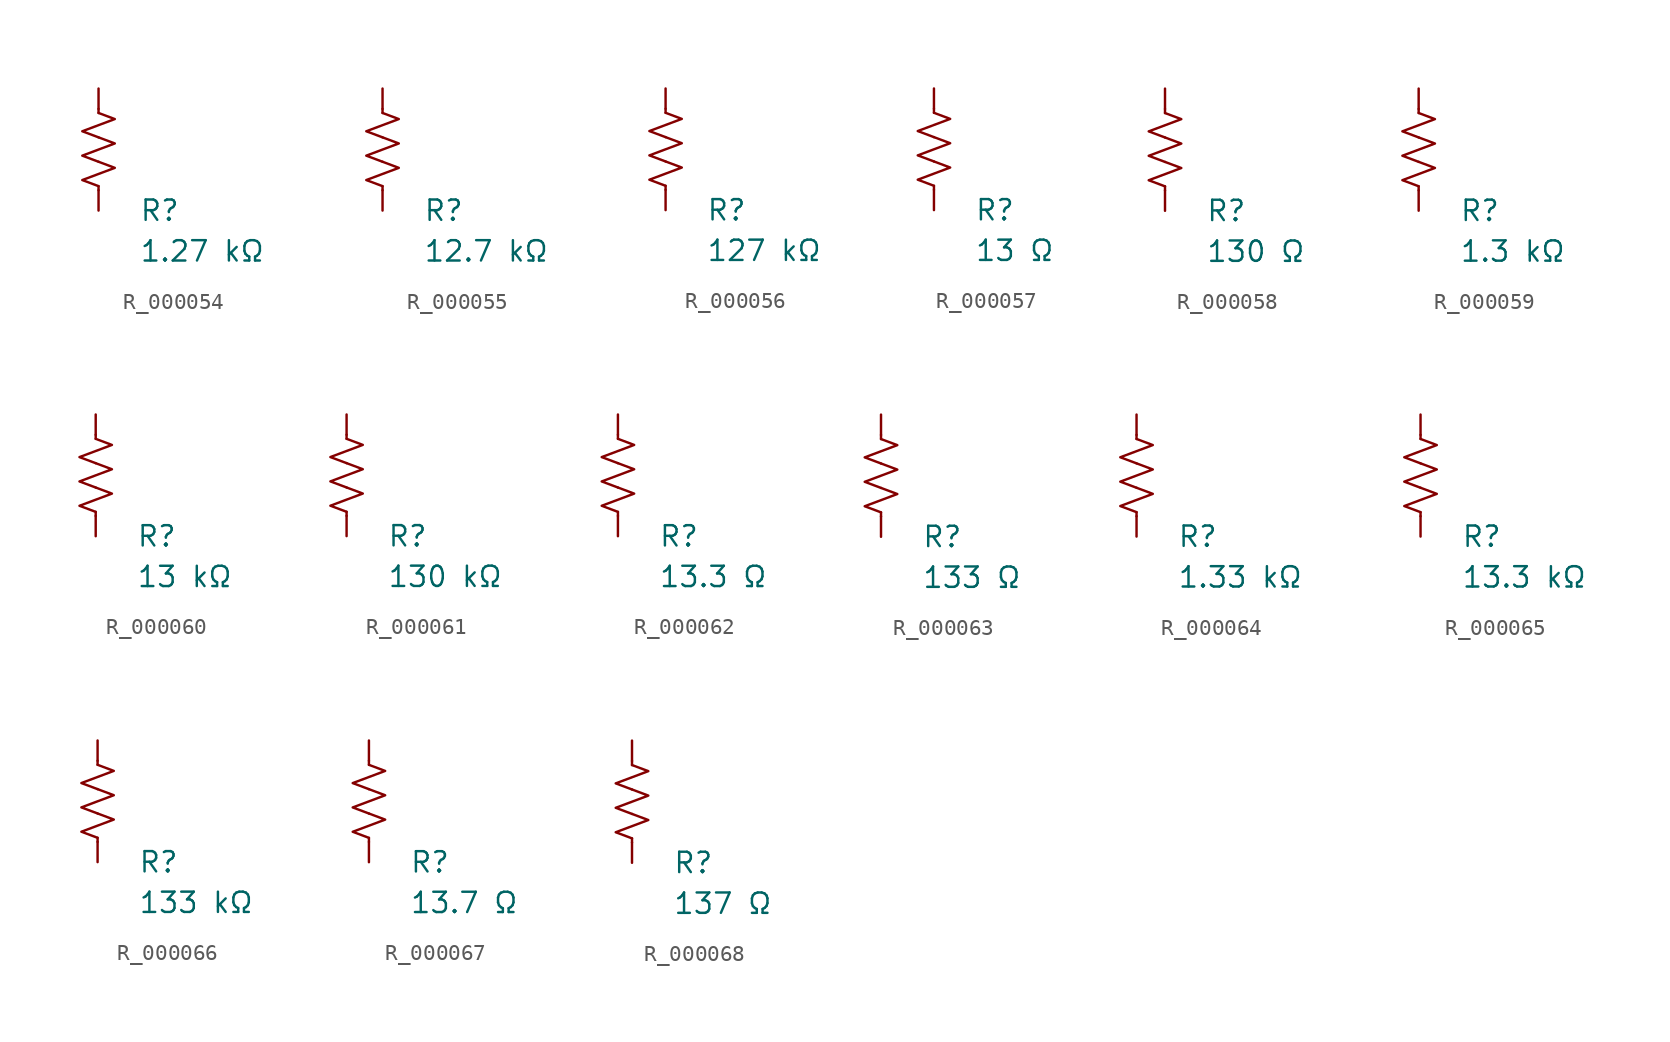
<source format=kicad_sym>
(kicad_symbol_lib
  (version 20231120)
  (generator "kicad_symbol_editor")
  (generator_version "8.0")
  (symbol "R_000054"
    (pin_numbers hide)
    (pin_names
      (offset 0))
    (property "Reference" "R"
      (at 2.54 -3.81 0)
      (effects (font (size 1.27 1.27)) (justify left))
      (show_name no))
    (property "Value" "1.27 kΩ"
      (at 2.54 -6.35 0)
      (effects (font (size 1.27 1.27)) (justify left))
      (show_name no))
    (symbol "R_000054_0_1"
      (polyline (pts (xy 0 -2.286) (xy 0 -2.54)) (stroke (width 0) (type default)) (fill (type none)))
      (polyline (pts (xy 0 2.286) (xy 0 2.54)) (stroke (width 0) (type default)) (fill (type none)))
      (polyline (pts (xy 0 -0.762) (xy 1.016 -1.143) (xy 0 -1.524) (xy -1.016 -1.905) (xy 0 -2.286)) (stroke (width 0) (type default)) (fill (type none)))
      (polyline (pts (xy 0 0.762) (xy 1.016 0.381) (xy 0 0) (xy -1.016 -0.381) (xy 0 -0.762)) (stroke (width 0) (type default)) (fill (type none)))
      (polyline (pts (xy 0 2.286) (xy 1.016 1.905) (xy 0 1.524) (xy -1.016 1.143) (xy 0 0.762)) (stroke (width 0) (type default)) (fill (type none))))
    (symbol "R_000054_1_1"
      (pin passive line (at 0 3.81 270) (length 1.27) (name "~" (effects (font (size 1.27 1.27)))) (number "1" (effects (font (size 1.27 1.27)))))
      (pin passive line (at 0 -3.81 90) (length 1.27) (name "~" (effects (font (size 1.27 1.27)))) (number "2" (effects (font (size 1.27 1.27)))))))
  (symbol "R_000055"
    (pin_numbers hide)
    (pin_names
      (offset 0))
    (property "Reference" "R"
      (at 2.54 -3.81 0)
      (effects (font (size 1.27 1.27)) (justify left))
      (show_name no))
    (property "Value" "12.7 kΩ"
      (at 2.54 -6.35 0)
      (effects (font (size 1.27 1.27)) (justify left))
      (show_name no))
    (symbol "R_000055_0_1"
      (polyline (pts (xy 0 -2.286) (xy 0 -2.54)) (stroke (width 0) (type default)) (fill (type none)))
      (polyline (pts (xy 0 2.286) (xy 0 2.54)) (stroke (width 0) (type default)) (fill (type none)))
      (polyline (pts (xy 0 -0.762) (xy 1.016 -1.143) (xy 0 -1.524) (xy -1.016 -1.905) (xy 0 -2.286)) (stroke (width 0) (type default)) (fill (type none)))
      (polyline (pts (xy 0 0.762) (xy 1.016 0.381) (xy 0 0) (xy -1.016 -0.381) (xy 0 -0.762)) (stroke (width 0) (type default)) (fill (type none)))
      (polyline (pts (xy 0 2.286) (xy 1.016 1.905) (xy 0 1.524) (xy -1.016 1.143) (xy 0 0.762)) (stroke (width 0) (type default)) (fill (type none))))
    (symbol "R_000055_1_1"
      (pin passive line (at 0 3.81 270) (length 1.27) (name "~" (effects (font (size 1.27 1.27)))) (number "1" (effects (font (size 1.27 1.27)))))
      (pin passive line (at 0 -3.81 90) (length 1.27) (name "~" (effects (font (size 1.27 1.27)))) (number "2" (effects (font (size 1.27 1.27)))))))
  (symbol "R_000056"
    (pin_numbers hide)
    (pin_names
      (offset 0))
    (property "Reference" "R"
      (at 2.54 -3.81 0)
      (effects (font (size 1.27 1.27)) (justify left))
      (show_name no))
    (property "Value" "127 kΩ"
      (at 2.54 -6.35 0)
      (effects (font (size 1.27 1.27)) (justify left))
      (show_name no))
    (symbol "R_000056_0_1"
      (polyline (pts (xy 0 -2.286) (xy 0 -2.54)) (stroke (width 0) (type default)) (fill (type none)))
      (polyline (pts (xy 0 2.286) (xy 0 2.54)) (stroke (width 0) (type default)) (fill (type none)))
      (polyline (pts (xy 0 -0.762) (xy 1.016 -1.143) (xy 0 -1.524) (xy -1.016 -1.905) (xy 0 -2.286)) (stroke (width 0) (type default)) (fill (type none)))
      (polyline (pts (xy 0 0.762) (xy 1.016 0.381) (xy 0 0) (xy -1.016 -0.381) (xy 0 -0.762)) (stroke (width 0) (type default)) (fill (type none)))
      (polyline (pts (xy 0 2.286) (xy 1.016 1.905) (xy 0 1.524) (xy -1.016 1.143) (xy 0 0.762)) (stroke (width 0) (type default)) (fill (type none))))
    (symbol "R_000056_1_1"
      (pin passive line (at 0 3.81 270) (length 1.27) (name "~" (effects (font (size 1.27 1.27)))) (number "1" (effects (font (size 1.27 1.27)))))
      (pin passive line (at 0 -3.81 90) (length 1.27) (name "~" (effects (font (size 1.27 1.27)))) (number "2" (effects (font (size 1.27 1.27)))))))
  (symbol "R_000057"
    (pin_numbers hide)
    (pin_names
      (offset 0))
    (property "Reference" "R"
      (at 2.54 -3.81 0)
      (effects (font (size 1.27 1.27)) (justify left))
      (show_name no))
    (property "Value" "13 Ω"
      (at 2.54 -6.35 0)
      (effects (font (size 1.27 1.27)) (justify left))
      (show_name no))
    (symbol "R_000057_0_1"
      (polyline (pts (xy 0 -2.286) (xy 0 -2.54)) (stroke (width 0) (type default)) (fill (type none)))
      (polyline (pts (xy 0 2.286) (xy 0 2.54)) (stroke (width 0) (type default)) (fill (type none)))
      (polyline (pts (xy 0 -0.762) (xy 1.016 -1.143) (xy 0 -1.524) (xy -1.016 -1.905) (xy 0 -2.286)) (stroke (width 0) (type default)) (fill (type none)))
      (polyline (pts (xy 0 0.762) (xy 1.016 0.381) (xy 0 0) (xy -1.016 -0.381) (xy 0 -0.762)) (stroke (width 0) (type default)) (fill (type none)))
      (polyline (pts (xy 0 2.286) (xy 1.016 1.905) (xy 0 1.524) (xy -1.016 1.143) (xy 0 0.762)) (stroke (width 0) (type default)) (fill (type none))))
    (symbol "R_000057_1_1"
      (pin passive line (at 0 3.81 270) (length 1.27) (name "~" (effects (font (size 1.27 1.27)))) (number "1" (effects (font (size 1.27 1.27)))))
      (pin passive line (at 0 -3.81 90) (length 1.27) (name "~" (effects (font (size 1.27 1.27)))) (number "2" (effects (font (size 1.27 1.27)))))))
  (symbol "R_000058"
    (pin_numbers hide)
    (pin_names
      (offset 0))
    (property "Reference" "R"
      (at 2.54 -3.81 0)
      (effects (font (size 1.27 1.27)) (justify left))
      (show_name no))
    (property "Value" "130 Ω"
      (at 2.54 -6.35 0)
      (effects (font (size 1.27 1.27)) (justify left))
      (show_name no))
    (symbol "R_000058_0_1"
      (polyline (pts (xy 0 -2.286) (xy 0 -2.54)) (stroke (width 0) (type default)) (fill (type none)))
      (polyline (pts (xy 0 2.286) (xy 0 2.54)) (stroke (width 0) (type default)) (fill (type none)))
      (polyline (pts (xy 0 -0.762) (xy 1.016 -1.143) (xy 0 -1.524) (xy -1.016 -1.905) (xy 0 -2.286)) (stroke (width 0) (type default)) (fill (type none)))
      (polyline (pts (xy 0 0.762) (xy 1.016 0.381) (xy 0 0) (xy -1.016 -0.381) (xy 0 -0.762)) (stroke (width 0) (type default)) (fill (type none)))
      (polyline (pts (xy 0 2.286) (xy 1.016 1.905) (xy 0 1.524) (xy -1.016 1.143) (xy 0 0.762)) (stroke (width 0) (type default)) (fill (type none))))
    (symbol "R_000058_1_1"
      (pin passive line (at 0 3.81 270) (length 1.27) (name "~" (effects (font (size 1.27 1.27)))) (number "1" (effects (font (size 1.27 1.27)))))
      (pin passive line (at 0 -3.81 90) (length 1.27) (name "~" (effects (font (size 1.27 1.27)))) (number "2" (effects (font (size 1.27 1.27)))))))
  (symbol "R_000059"
    (pin_numbers hide)
    (pin_names
      (offset 0))
    (property "Reference" "R"
      (at 2.54 -3.81 0)
      (effects (font (size 1.27 1.27)) (justify left))
      (show_name no))
    (property "Value" "1.3 kΩ"
      (at 2.54 -6.35 0)
      (effects (font (size 1.27 1.27)) (justify left))
      (show_name no))
    (symbol "R_000059_0_1"
      (polyline (pts (xy 0 -2.286) (xy 0 -2.54)) (stroke (width 0) (type default)) (fill (type none)))
      (polyline (pts (xy 0 2.286) (xy 0 2.54)) (stroke (width 0) (type default)) (fill (type none)))
      (polyline (pts (xy 0 -0.762) (xy 1.016 -1.143) (xy 0 -1.524) (xy -1.016 -1.905) (xy 0 -2.286)) (stroke (width 0) (type default)) (fill (type none)))
      (polyline (pts (xy 0 0.762) (xy 1.016 0.381) (xy 0 0) (xy -1.016 -0.381) (xy 0 -0.762)) (stroke (width 0) (type default)) (fill (type none)))
      (polyline (pts (xy 0 2.286) (xy 1.016 1.905) (xy 0 1.524) (xy -1.016 1.143) (xy 0 0.762)) (stroke (width 0) (type default)) (fill (type none))))
    (symbol "R_000059_1_1"
      (pin passive line (at 0 3.81 270) (length 1.27) (name "~" (effects (font (size 1.27 1.27)))) (number "1" (effects (font (size 1.27 1.27)))))
      (pin passive line (at 0 -3.81 90) (length 1.27) (name "~" (effects (font (size 1.27 1.27)))) (number "2" (effects (font (size 1.27 1.27)))))))
  (symbol "R_000060"
    (pin_numbers hide)
    (pin_names
      (offset 0))
    (property "Reference" "R"
      (at 2.54 -3.81 0)
      (effects (font (size 1.27 1.27)) (justify left))
      (show_name no))
    (property "Value" "13 kΩ"
      (at 2.54 -6.35 0)
      (effects (font (size 1.27 1.27)) (justify left))
      (show_name no))
    (symbol "R_000060_0_1"
      (polyline (pts (xy 0 -2.286) (xy 0 -2.54)) (stroke (width 0) (type default)) (fill (type none)))
      (polyline (pts (xy 0 2.286) (xy 0 2.54)) (stroke (width 0) (type default)) (fill (type none)))
      (polyline (pts (xy 0 -0.762) (xy 1.016 -1.143) (xy 0 -1.524) (xy -1.016 -1.905) (xy 0 -2.286)) (stroke (width 0) (type default)) (fill (type none)))
      (polyline (pts (xy 0 0.762) (xy 1.016 0.381) (xy 0 0) (xy -1.016 -0.381) (xy 0 -0.762)) (stroke (width 0) (type default)) (fill (type none)))
      (polyline (pts (xy 0 2.286) (xy 1.016 1.905) (xy 0 1.524) (xy -1.016 1.143) (xy 0 0.762)) (stroke (width 0) (type default)) (fill (type none))))
    (symbol "R_000060_1_1"
      (pin passive line (at 0 3.81 270) (length 1.27) (name "~" (effects (font (size 1.27 1.27)))) (number "1" (effects (font (size 1.27 1.27)))))
      (pin passive line (at 0 -3.81 90) (length 1.27) (name "~" (effects (font (size 1.27 1.27)))) (number "2" (effects (font (size 1.27 1.27)))))))
  (symbol "R_000061"
    (pin_numbers hide)
    (pin_names
      (offset 0))
    (property "Reference" "R"
      (at 2.54 -3.81 0)
      (effects (font (size 1.27 1.27)) (justify left))
      (show_name no))
    (property "Value" "130 kΩ"
      (at 2.54 -6.35 0)
      (effects (font (size 1.27 1.27)) (justify left))
      (show_name no))
    (symbol "R_000061_0_1"
      (polyline (pts (xy 0 -2.286) (xy 0 -2.54)) (stroke (width 0) (type default)) (fill (type none)))
      (polyline (pts (xy 0 2.286) (xy 0 2.54)) (stroke (width 0) (type default)) (fill (type none)))
      (polyline (pts (xy 0 -0.762) (xy 1.016 -1.143) (xy 0 -1.524) (xy -1.016 -1.905) (xy 0 -2.286)) (stroke (width 0) (type default)) (fill (type none)))
      (polyline (pts (xy 0 0.762) (xy 1.016 0.381) (xy 0 0) (xy -1.016 -0.381) (xy 0 -0.762)) (stroke (width 0) (type default)) (fill (type none)))
      (polyline (pts (xy 0 2.286) (xy 1.016 1.905) (xy 0 1.524) (xy -1.016 1.143) (xy 0 0.762)) (stroke (width 0) (type default)) (fill (type none))))
    (symbol "R_000061_1_1"
      (pin passive line (at 0 3.81 270) (length 1.27) (name "~" (effects (font (size 1.27 1.27)))) (number "1" (effects (font (size 1.27 1.27)))))
      (pin passive line (at 0 -3.81 90) (length 1.27) (name "~" (effects (font (size 1.27 1.27)))) (number "2" (effects (font (size 1.27 1.27)))))))
  (symbol "R_000062"
    (pin_numbers hide)
    (pin_names
      (offset 0))
    (property "Reference" "R"
      (at 2.54 -3.81 0)
      (effects (font (size 1.27 1.27)) (justify left))
      (show_name no))
    (property "Value" "13.3 Ω"
      (at 2.54 -6.35 0)
      (effects (font (size 1.27 1.27)) (justify left))
      (show_name no))
    (symbol "R_000062_0_1"
      (polyline (pts (xy 0 -2.286) (xy 0 -2.54)) (stroke (width 0) (type default)) (fill (type none)))
      (polyline (pts (xy 0 2.286) (xy 0 2.54)) (stroke (width 0) (type default)) (fill (type none)))
      (polyline (pts (xy 0 -0.762) (xy 1.016 -1.143) (xy 0 -1.524) (xy -1.016 -1.905) (xy 0 -2.286)) (stroke (width 0) (type default)) (fill (type none)))
      (polyline (pts (xy 0 0.762) (xy 1.016 0.381) (xy 0 0) (xy -1.016 -0.381) (xy 0 -0.762)) (stroke (width 0) (type default)) (fill (type none)))
      (polyline (pts (xy 0 2.286) (xy 1.016 1.905) (xy 0 1.524) (xy -1.016 1.143) (xy 0 0.762)) (stroke (width 0) (type default)) (fill (type none))))
    (symbol "R_000062_1_1"
      (pin passive line (at 0 3.81 270) (length 1.27) (name "~" (effects (font (size 1.27 1.27)))) (number "1" (effects (font (size 1.27 1.27)))))
      (pin passive line (at 0 -3.81 90) (length 1.27) (name "~" (effects (font (size 1.27 1.27)))) (number "2" (effects (font (size 1.27 1.27)))))))
  (symbol "R_000063"
    (pin_numbers hide)
    (pin_names
      (offset 0))
    (property "Reference" "R"
      (at 2.54 -3.81 0)
      (effects (font (size 1.27 1.27)) (justify left))
      (show_name no))
    (property "Value" "133 Ω"
      (at 2.54 -6.35 0)
      (effects (font (size 1.27 1.27)) (justify left))
      (show_name no))
    (symbol "R_000063_0_1"
      (polyline (pts (xy 0 -2.286) (xy 0 -2.54)) (stroke (width 0) (type default)) (fill (type none)))
      (polyline (pts (xy 0 2.286) (xy 0 2.54)) (stroke (width 0) (type default)) (fill (type none)))
      (polyline (pts (xy 0 -0.762) (xy 1.016 -1.143) (xy 0 -1.524) (xy -1.016 -1.905) (xy 0 -2.286)) (stroke (width 0) (type default)) (fill (type none)))
      (polyline (pts (xy 0 0.762) (xy 1.016 0.381) (xy 0 0) (xy -1.016 -0.381) (xy 0 -0.762)) (stroke (width 0) (type default)) (fill (type none)))
      (polyline (pts (xy 0 2.286) (xy 1.016 1.905) (xy 0 1.524) (xy -1.016 1.143) (xy 0 0.762)) (stroke (width 0) (type default)) (fill (type none))))
    (symbol "R_000063_1_1"
      (pin passive line (at 0 3.81 270) (length 1.27) (name "~" (effects (font (size 1.27 1.27)))) (number "1" (effects (font (size 1.27 1.27)))))
      (pin passive line (at 0 -3.81 90) (length 1.27) (name "~" (effects (font (size 1.27 1.27)))) (number "2" (effects (font (size 1.27 1.27)))))))
  (symbol "R_000064"
    (pin_numbers hide)
    (pin_names
      (offset 0))
    (property "Reference" "R"
      (at 2.54 -3.81 0)
      (effects (font (size 1.27 1.27)) (justify left))
      (show_name no))
    (property "Value" "1.33 kΩ"
      (at 2.54 -6.35 0)
      (effects (font (size 1.27 1.27)) (justify left))
      (show_name no))
    (symbol "R_000064_0_1"
      (polyline (pts (xy 0 -2.286) (xy 0 -2.54)) (stroke (width 0) (type default)) (fill (type none)))
      (polyline (pts (xy 0 2.286) (xy 0 2.54)) (stroke (width 0) (type default)) (fill (type none)))
      (polyline (pts (xy 0 -0.762) (xy 1.016 -1.143) (xy 0 -1.524) (xy -1.016 -1.905) (xy 0 -2.286)) (stroke (width 0) (type default)) (fill (type none)))
      (polyline (pts (xy 0 0.762) (xy 1.016 0.381) (xy 0 0) (xy -1.016 -0.381) (xy 0 -0.762)) (stroke (width 0) (type default)) (fill (type none)))
      (polyline (pts (xy 0 2.286) (xy 1.016 1.905) (xy 0 1.524) (xy -1.016 1.143) (xy 0 0.762)) (stroke (width 0) (type default)) (fill (type none))))
    (symbol "R_000064_1_1"
      (pin passive line (at 0 3.81 270) (length 1.27) (name "~" (effects (font (size 1.27 1.27)))) (number "1" (effects (font (size 1.27 1.27)))))
      (pin passive line (at 0 -3.81 90) (length 1.27) (name "~" (effects (font (size 1.27 1.27)))) (number "2" (effects (font (size 1.27 1.27)))))))
  (symbol "R_000065"
    (pin_numbers hide)
    (pin_names
      (offset 0))
    (property "Reference" "R"
      (at 2.54 -3.81 0)
      (effects (font (size 1.27 1.27)) (justify left))
      (show_name no))
    (property "Value" "13.3 kΩ"
      (at 2.54 -6.35 0)
      (effects (font (size 1.27 1.27)) (justify left))
      (show_name no))
    (symbol "R_000065_0_1"
      (polyline (pts (xy 0 -2.286) (xy 0 -2.54)) (stroke (width 0) (type default)) (fill (type none)))
      (polyline (pts (xy 0 2.286) (xy 0 2.54)) (stroke (width 0) (type default)) (fill (type none)))
      (polyline (pts (xy 0 -0.762) (xy 1.016 -1.143) (xy 0 -1.524) (xy -1.016 -1.905) (xy 0 -2.286)) (stroke (width 0) (type default)) (fill (type none)))
      (polyline (pts (xy 0 0.762) (xy 1.016 0.381) (xy 0 0) (xy -1.016 -0.381) (xy 0 -0.762)) (stroke (width 0) (type default)) (fill (type none)))
      (polyline (pts (xy 0 2.286) (xy 1.016 1.905) (xy 0 1.524) (xy -1.016 1.143) (xy 0 0.762)) (stroke (width 0) (type default)) (fill (type none))))
    (symbol "R_000065_1_1"
      (pin passive line (at 0 3.81 270) (length 1.27) (name "~" (effects (font (size 1.27 1.27)))) (number "1" (effects (font (size 1.27 1.27)))))
      (pin passive line (at 0 -3.81 90) (length 1.27) (name "~" (effects (font (size 1.27 1.27)))) (number "2" (effects (font (size 1.27 1.27)))))))
  (symbol "R_000066"
    (pin_numbers hide)
    (pin_names
      (offset 0))
    (property "Reference" "R"
      (at 2.54 -3.81 0)
      (effects (font (size 1.27 1.27)) (justify left))
      (show_name no))
    (property "Value" "133 kΩ"
      (at 2.54 -6.35 0)
      (effects (font (size 1.27 1.27)) (justify left))
      (show_name no))
    (symbol "R_000066_0_1"
      (polyline (pts (xy 0 -2.286) (xy 0 -2.54)) (stroke (width 0) (type default)) (fill (type none)))
      (polyline (pts (xy 0 2.286) (xy 0 2.54)) (stroke (width 0) (type default)) (fill (type none)))
      (polyline (pts (xy 0 -0.762) (xy 1.016 -1.143) (xy 0 -1.524) (xy -1.016 -1.905) (xy 0 -2.286)) (stroke (width 0) (type default)) (fill (type none)))
      (polyline (pts (xy 0 0.762) (xy 1.016 0.381) (xy 0 0) (xy -1.016 -0.381) (xy 0 -0.762)) (stroke (width 0) (type default)) (fill (type none)))
      (polyline (pts (xy 0 2.286) (xy 1.016 1.905) (xy 0 1.524) (xy -1.016 1.143) (xy 0 0.762)) (stroke (width 0) (type default)) (fill (type none))))
    (symbol "R_000066_1_1"
      (pin passive line (at 0 3.81 270) (length 1.27) (name "~" (effects (font (size 1.27 1.27)))) (number "1" (effects (font (size 1.27 1.27)))))
      (pin passive line (at 0 -3.81 90) (length 1.27) (name "~" (effects (font (size 1.27 1.27)))) (number "2" (effects (font (size 1.27 1.27)))))))
  (symbol "R_000067"
    (pin_numbers hide)
    (pin_names
      (offset 0))
    (property "Reference" "R"
      (at 2.54 -3.81 0)
      (effects (font (size 1.27 1.27)) (justify left))
      (show_name no))
    (property "Value" "13.7 Ω"
      (at 2.54 -6.35 0)
      (effects (font (size 1.27 1.27)) (justify left))
      (show_name no))
    (symbol "R_000067_0_1"
      (polyline (pts (xy 0 -2.286) (xy 0 -2.54)) (stroke (width 0) (type default)) (fill (type none)))
      (polyline (pts (xy 0 2.286) (xy 0 2.54)) (stroke (width 0) (type default)) (fill (type none)))
      (polyline (pts (xy 0 -0.762) (xy 1.016 -1.143) (xy 0 -1.524) (xy -1.016 -1.905) (xy 0 -2.286)) (stroke (width 0) (type default)) (fill (type none)))
      (polyline (pts (xy 0 0.762) (xy 1.016 0.381) (xy 0 0) (xy -1.016 -0.381) (xy 0 -0.762)) (stroke (width 0) (type default)) (fill (type none)))
      (polyline (pts (xy 0 2.286) (xy 1.016 1.905) (xy 0 1.524) (xy -1.016 1.143) (xy 0 0.762)) (stroke (width 0) (type default)) (fill (type none))))
    (symbol "R_000067_1_1"
      (pin passive line (at 0 3.81 270) (length 1.27) (name "~" (effects (font (size 1.27 1.27)))) (number "1" (effects (font (size 1.27 1.27)))))
      (pin passive line (at 0 -3.81 90) (length 1.27) (name "~" (effects (font (size 1.27 1.27)))) (number "2" (effects (font (size 1.27 1.27)))))))
  (symbol "R_000068"
    (pin_numbers hide)
    (pin_names
      (offset 0))
    (property "Reference" "R"
      (at 2.54 -3.81 0)
      (effects (font (size 1.27 1.27)) (justify left))
      (show_name no))
    (property "Value" "137 Ω"
      (at 2.54 -6.35 0)
      (effects (font (size 1.27 1.27)) (justify left))
      (show_name no))
    (symbol "R_000068_0_1"
      (polyline (pts (xy 0 -2.286) (xy 0 -2.54)) (stroke (width 0) (type default)) (fill (type none)))
      (polyline (pts (xy 0 2.286) (xy 0 2.54)) (stroke (width 0) (type default)) (fill (type none)))
      (polyline (pts (xy 0 -0.762) (xy 1.016 -1.143) (xy 0 -1.524) (xy -1.016 -1.905) (xy 0 -2.286)) (stroke (width 0) (type default)) (fill (type none)))
      (polyline (pts (xy 0 0.762) (xy 1.016 0.381) (xy 0 0) (xy -1.016 -0.381) (xy 0 -0.762)) (stroke (width 0) (type default)) (fill (type none)))
      (polyline (pts (xy 0 2.286) (xy 1.016 1.905) (xy 0 1.524) (xy -1.016 1.143) (xy 0 0.762)) (stroke (width 0) (type default)) (fill (type none))))
    (symbol "R_000068_1_1"
      (pin passive line (at 0 3.81 270) (length 1.27) (name "~" (effects (font (size 1.27 1.27)))) (number "1" (effects (font (size 1.27 1.27)))))
      (pin passive line (at 0 -3.81 90) (length 1.27) (name "~" (effects (font (size 1.27 1.27)))) (number "2" (effects (font (size 1.27 1.27))))))))
</source>
